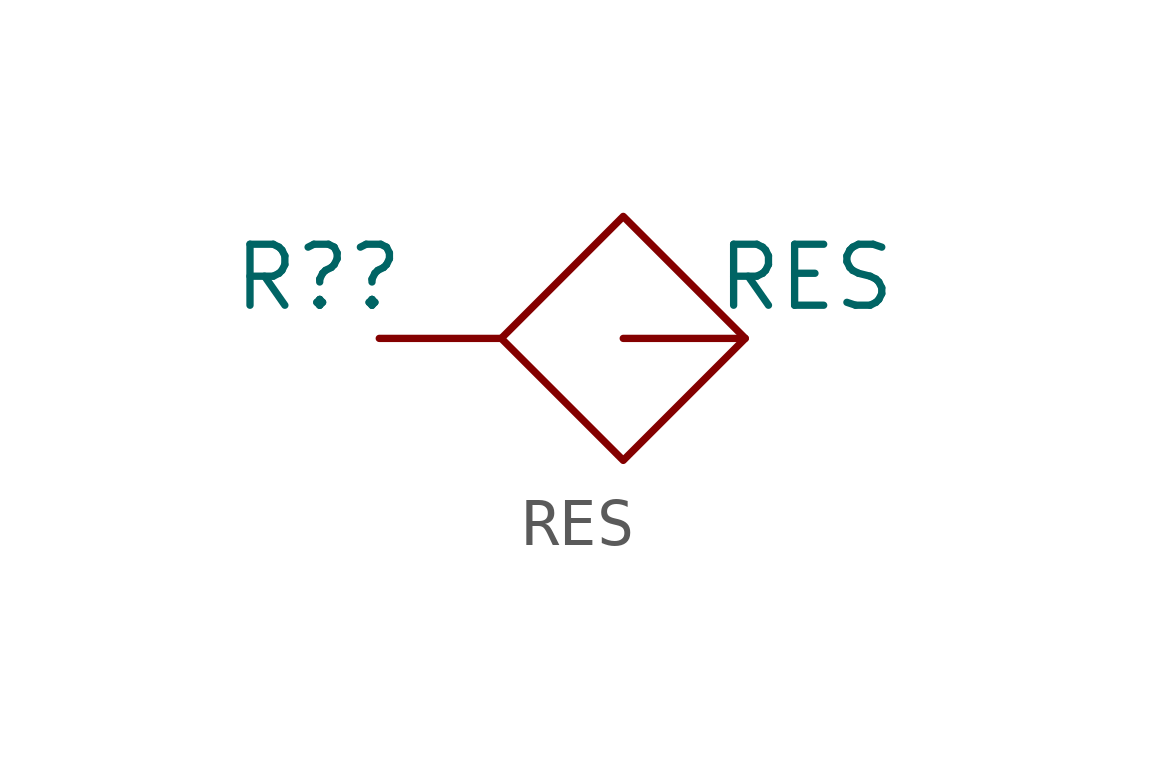
<source format=kicad_sym>
(kicad_symbol_lib
  (version 20211014)
  (generator kicad_symbol_editor)
  (symbol "RES"
    (property "Reference" "R?"
      (at -3.81 1.27 0)
      (effects (font (size 1.27 1.27))))
    (property "Value" "RES"
      (at 6.35 1.27 0)
      (effects (font (size 1.27 1.27))))
    (symbol "RES_0_1"
      (polyline (pts (xy 0 0) (xy 2.54 2.54) (xy 5.08 0) (xy 2.54 -2.54) (xy 0 0)) (stroke (width 0) (type default) (color 0 0 0 0)) (fill (type none))))
    (symbol "RES_1_1"
      (pin passive line (at -2.54 0 0) (length 2.54) (name "" (effects (font (size 1.27 1.27)))) (number "" (effects (font (size 1.27 1.27)))))
      (pin passive line (at 5.08 0 180) (length 2.54) (name "" (effects (font (size 1.27 1.27)))) (number "" (effects (font (size 1.27 1.27))))))))
</source>
